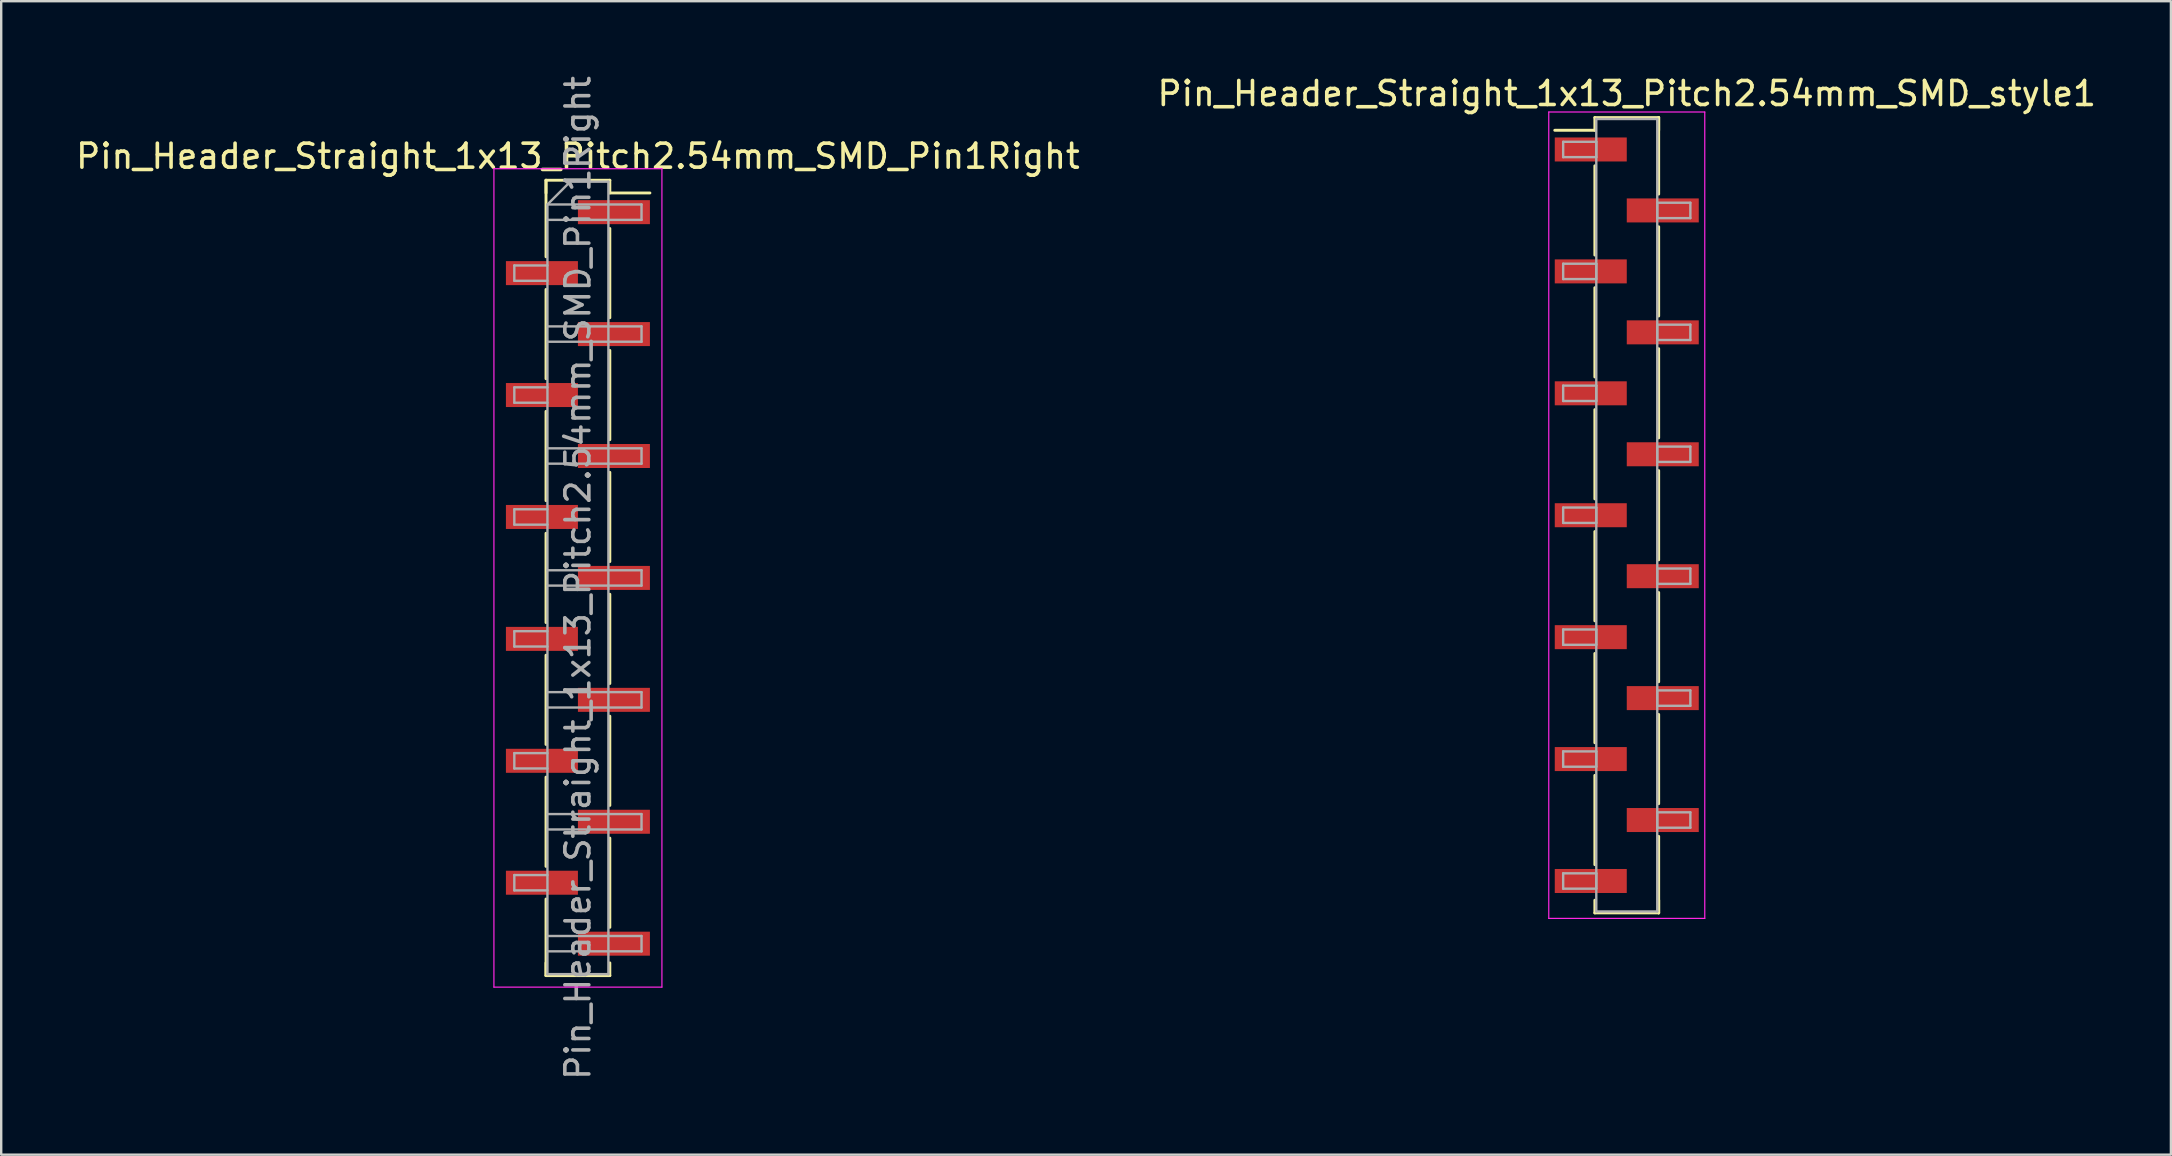
<source format=kicad_pcb>
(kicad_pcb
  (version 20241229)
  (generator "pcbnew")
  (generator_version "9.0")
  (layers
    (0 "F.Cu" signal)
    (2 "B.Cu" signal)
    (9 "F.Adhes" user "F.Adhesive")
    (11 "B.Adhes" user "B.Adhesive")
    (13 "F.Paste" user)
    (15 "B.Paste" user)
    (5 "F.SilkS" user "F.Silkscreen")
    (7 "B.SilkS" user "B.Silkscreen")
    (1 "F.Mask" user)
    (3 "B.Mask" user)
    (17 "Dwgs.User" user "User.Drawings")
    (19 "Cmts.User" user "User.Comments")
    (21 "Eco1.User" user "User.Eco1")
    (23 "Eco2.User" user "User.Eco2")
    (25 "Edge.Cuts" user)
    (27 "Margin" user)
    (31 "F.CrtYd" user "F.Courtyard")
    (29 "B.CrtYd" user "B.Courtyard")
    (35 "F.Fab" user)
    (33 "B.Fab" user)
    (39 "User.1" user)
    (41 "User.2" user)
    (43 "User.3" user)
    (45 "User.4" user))
  (footprint "Pin_Header_Straight_1x13_Pitch2.54mm_SMD_Pin1Right"
    (layer "F.Cu")
    (at 21.03 21.03)
    (property "Reference" "Pin_Header_Straight_1x13_Pitch2.54mm_SMD_Pin1Right" (at 0 -17.57 0) (layer "F.SilkS") (effects (font (size 1 1) (thickness 0.15))))
    (attr smd)
    (fp_line (start -1.33 -16.57) (end -1.33 -13.38) (stroke (width 0.12) (type solid)) (layer "F.SilkS"))
    (fp_line (start -1.33 -16.57) (end 1.33 -16.57) (stroke (width 0.12) (type solid)) (layer "F.SilkS"))
    (fp_line (start -1.33 -16.04) (end -1.33 -16.57) (stroke (width 0.12) (type solid)) (layer "F.SilkS"))
    (fp_line (start -1.33 -12.02) (end -1.33 -8.3) (stroke (width 0.12) (type solid)) (layer "F.SilkS"))
    (fp_line (start -1.33 -6.94) (end -1.33 -3.22) (stroke (width 0.12) (type solid)) (layer "F.SilkS"))
    (fp_line (start -1.33 -1.86) (end -1.33 1.86) (stroke (width 0.12) (type solid)) (layer "F.SilkS"))
    (fp_line (start -1.33 3.22) (end -1.33 6.94) (stroke (width 0.12) (type solid)) (layer "F.SilkS"))
    (fp_line (start -1.33 8.3) (end -1.33 12.02) (stroke (width 0.12) (type solid)) (layer "F.SilkS"))
    (fp_line (start -1.33 13.38) (end -1.33 16.57) (stroke (width 0.12) (type solid)) (layer "F.SilkS"))
    (fp_line (start -1.33 16.04) (end -1.33 16.57) (stroke (width 0.12) (type solid)) (layer "F.SilkS"))
    (fp_line (start -1.33 16.57) (end 1.33 16.57) (stroke (width 0.12) (type solid)) (layer "F.SilkS"))
    (fp_line (start 1.33 -16.57) (end 1.33 -16.04) (stroke (width 0.12) (type solid)) (layer "F.SilkS"))
    (fp_line (start 1.33 -16.04) (end 3 -16.04) (stroke (width 0.12) (type solid)) (layer "F.SilkS"))
    (fp_line (start 1.33 -14.56) (end 1.33 -10.84) (stroke (width 0.12) (type solid)) (layer "F.SilkS"))
    (fp_line (start 1.33 -9.48) (end 1.33 -5.76) (stroke (width 0.12) (type solid)) (layer "F.SilkS"))
    (fp_line (start 1.33 -4.4) (end 1.33 -0.68) (stroke (width 0.12) (type solid)) (layer "F.SilkS"))
    (fp_line (start 1.33 0.68) (end 1.33 4.4) (stroke (width 0.12) (type solid)) (layer "F.SilkS"))
    (fp_line (start 1.33 5.76) (end 1.33 9.48) (stroke (width 0.12) (type solid)) (layer "F.SilkS"))
    (fp_line (start 1.33 10.84) (end 1.33 14.56) (stroke (width 0.12) (type solid)) (layer "F.SilkS"))
    (fp_line (start 1.33 16.57) (end 1.33 16.04) (stroke (width 0.12) (type solid)) (layer "F.SilkS"))
    (fp_line (start -3.5 -17.05) (end -3.5 17.05) (stroke (width 0.05) (type solid)) (layer "F.CrtYd"))
    (fp_line (start -3.5 17.05) (end 3.5 17.05) (stroke (width 0.05) (type solid)) (layer "F.CrtYd"))
    (fp_line (start 3.5 -17.05) (end -3.5 -17.05) (stroke (width 0.05) (type solid)) (layer "F.CrtYd"))
    (fp_line (start 3.5 17.05) (end 3.5 -17.05) (stroke (width 0.05) (type solid)) (layer "F.CrtYd"))
    (fp_line (start -2.65 -13.02) (end -2.65 -12.38) (stroke (width 0.1) (type solid)) (layer "F.Fab"))
    (fp_line (start -2.65 -12.38) (end -1.27 -12.38) (stroke (width 0.1) (type solid)) (layer "F.Fab"))
    (fp_line (start -2.65 -7.94) (end -2.65 -7.3) (stroke (width 0.1) (type solid)) (layer "F.Fab"))
    (fp_line (start -2.65 -7.3) (end -1.27 -7.3) (stroke (width 0.1) (type solid)) (layer "F.Fab"))
    (fp_line (start -2.65 -2.86) (end -2.65 -2.22) (stroke (width 0.1) (type solid)) (layer "F.Fab"))
    (fp_line (start -2.65 -2.22) (end -1.27 -2.22) (stroke (width 0.1) (type solid)) (layer "F.Fab"))
    (fp_line (start -2.65 2.22) (end -2.65 2.86) (stroke (width 0.1) (type solid)) (layer "F.Fab"))
    (fp_line (start -2.65 2.86) (end -1.27 2.86) (stroke (width 0.1) (type solid)) (layer "F.Fab"))
    (fp_line (start -2.65 7.3) (end -2.65 7.94) (stroke (width 0.1) (type solid)) (layer "F.Fab"))
    (fp_line (start -2.65 7.94) (end -1.27 7.94) (stroke (width 0.1) (type solid)) (layer "F.Fab"))
    (fp_line (start -2.65 12.38) (end -2.65 13.02) (stroke (width 0.1) (type solid)) (layer "F.Fab"))
    (fp_line (start -2.65 13.02) (end -1.27 13.02) (stroke (width 0.1) (type solid)) (layer "F.Fab"))
    (fp_line (start -1.27 -15.56) (end -0.32 -16.51) (stroke (width 0.1) (type solid)) (layer "F.Fab"))
    (fp_line (start -1.27 -15.56) (end 2.65 -15.56) (stroke (width 0.1) (type solid)) (layer "F.Fab"))
    (fp_line (start -1.27 -13.02) (end -2.65 -13.02) (stroke (width 0.1) (type solid)) (layer "F.Fab"))
    (fp_line (start -1.27 -10.48) (end 2.65 -10.48) (stroke (width 0.1) (type solid)) (layer "F.Fab"))
    (fp_line (start -1.27 -7.94) (end -2.65 -7.94) (stroke (width 0.1) (type solid)) (layer "F.Fab"))
    (fp_line (start -1.27 -5.4) (end 2.65 -5.4) (stroke (width 0.1) (type solid)) (layer "F.Fab"))
    (fp_line (start -1.27 -2.86) (end -2.65 -2.86) (stroke (width 0.1) (type solid)) (layer "F.Fab"))
    (fp_line (start -1.27 -0.32) (end 2.65 -0.32) (stroke (width 0.1) (type solid)) (layer "F.Fab"))
    (fp_line (start -1.27 2.22) (end -2.65 2.22) (stroke (width 0.1) (type solid)) (layer "F.Fab"))
    (fp_line (start -1.27 4.76) (end 2.65 4.76) (stroke (width 0.1) (type solid)) (layer "F.Fab"))
    (fp_line (start -1.27 7.3) (end -2.65 7.3) (stroke (width 0.1) (type solid)) (layer "F.Fab"))
    (fp_line (start -1.27 9.84) (end 2.65 9.84) (stroke (width 0.1) (type solid)) (layer "F.Fab"))
    (fp_line (start -1.27 12.38) (end -2.65 12.38) (stroke (width 0.1) (type solid)) (layer "F.Fab"))
    (fp_line (start -1.27 14.92) (end 2.65 14.92) (stroke (width 0.1) (type solid)) (layer "F.Fab"))
    (fp_line (start -1.27 16.51) (end -1.27 -15.56) (stroke (width 0.1) (type solid)) (layer "F.Fab"))
    (fp_line (start -0.32 -16.51) (end 1.27 -16.51) (stroke (width 0.1) (type solid)) (layer "F.Fab"))
    (fp_line (start 1.27 -16.51) (end 1.27 16.51) (stroke (width 0.1) (type solid)) (layer "F.Fab"))
    (fp_line (start 1.27 16.51) (end -1.27 16.51) (stroke (width 0.1) (type solid)) (layer "F.Fab"))
    (fp_line (start 2.65 -15.56) (end 2.65 -14.92) (stroke (width 0.1) (type solid)) (layer "F.Fab"))
    (fp_line (start 2.65 -14.92) (end -1.27 -14.92) (stroke (width 0.1) (type solid)) (layer "F.Fab"))
    (fp_line (start 2.65 -10.48) (end 2.65 -9.84) (stroke (width 0.1) (type solid)) (layer "F.Fab"))
    (fp_line (start 2.65 -9.84) (end -1.27 -9.84) (stroke (width 0.1) (type solid)) (layer "F.Fab"))
    (fp_line (start 2.65 -5.4) (end 2.65 -4.76) (stroke (width 0.1) (type solid)) (layer "F.Fab"))
    (fp_line (start 2.65 -4.76) (end -1.27 -4.76) (stroke (width 0.1) (type solid)) (layer "F.Fab"))
    (fp_line (start 2.65 -0.32) (end 2.65 0.32) (stroke (width 0.1) (type solid)) (layer "F.Fab"))
    (fp_line (start 2.65 0.32) (end -1.27 0.32) (stroke (width 0.1) (type solid)) (layer "F.Fab"))
    (fp_line (start 2.65 4.76) (end 2.65 5.4) (stroke (width 0.1) (type solid)) (layer "F.Fab"))
    (fp_line (start 2.65 5.4) (end -1.27 5.4) (stroke (width 0.1) (type solid)) (layer "F.Fab"))
    (fp_line (start 2.65 9.84) (end 2.65 10.48) (stroke (width 0.1) (type solid)) (layer "F.Fab"))
    (fp_line (start 2.65 10.48) (end -1.27 10.48) (stroke (width 0.1) (type solid)) (layer "F.Fab"))
    (fp_line (start 2.65 14.92) (end 2.65 15.56) (stroke (width 0.1) (type solid)) (layer "F.Fab"))
    (fp_line (start 2.65 15.56) (end -1.27 15.56) (stroke (width 0.1) (type solid)) (layer "F.Fab"))
    (fp_text user "${REFERENCE}" (at 0 0 90) (layer "F.Fab") (effects (font (size 1 1) (thickness 0.15))))
    (pad "1" smd rect (at 1.5 -15.24) (size 3 1) (layers "F.Cu" "F.Mask"))
    (pad "2" smd rect (at -1.5 -12.7) (size 3 1) (layers "F.Cu" "F.Mask"))
    (pad "3" smd rect (at 1.5 -10.16) (size 3 1) (layers "F.Cu" "F.Mask"))
    (pad "4" smd rect (at -1.5 -7.62) (size 3 1) (layers "F.Cu" "F.Mask"))
    (pad "5" smd rect (at 1.5 -5.08) (size 3 1) (layers "F.Cu" "F.Mask"))
    (pad "6" smd rect (at -1.5 -2.54) (size 3 1) (layers "F.Cu" "F.Mask"))
    (pad "7" smd rect (at 1.5 0) (size 3 1) (layers "F.Cu" "F.Mask"))
    (pad "8" smd rect (at -1.5 2.54) (size 3 1) (layers "F.Cu" "F.Mask"))
    (pad "9" smd rect (at 1.5 5.08) (size 3 1) (layers "F.Cu" "F.Mask"))
    (pad "10" smd rect (at -1.5 7.62) (size 3 1) (layers "F.Cu" "F.Mask"))
    (pad "11" smd rect (at 1.5 10.16) (size 3 1) (layers "F.Cu" "F.Mask"))
    (pad "12" smd rect (at -1.5 12.7) (size 3 1) (layers "F.Cu" "F.Mask"))
    (pad "13" smd rect (at 1.5 15.24) (size 3 1) (layers "F.Cu" "F.Mask")))
  (footprint "Pin_Header_Straight_1x13_Pitch2.54mm_SMD_style1"
    (layer "F.Cu")
    (at 64.732 18.418)
    (property "Reference" "Pin_Header_Straight_1x13_Pitch2.54mm_SMD_style1" (at 0 -17.57 0) (layer "F.SilkS") (effects (font (size 1 1) (thickness 0.15))))
    (attr smd)
    (fp_line (start -1.33 -16.57) (end 1.33 -16.57) (stroke (width 0.12) (type solid)) (layer "F.SilkS"))
    (fp_line (start -1.33 -16.04) (end -3 -16.04) (stroke (width 0.12) (type solid)) (layer "F.SilkS"))
    (fp_line (start -1.33 -16.04) (end -1.33 -16.57) (stroke (width 0.12) (type solid)) (layer "F.SilkS"))
    (fp_line (start -1.33 -14.56) (end -1.33 -10.84) (stroke (width 0.12) (type solid)) (layer "F.SilkS"))
    (fp_line (start -1.33 -9.48) (end -1.33 -5.76) (stroke (width 0.12) (type solid)) (layer "F.SilkS"))
    (fp_line (start -1.33 -4.4) (end -1.33 -0.68) (stroke (width 0.12) (type solid)) (layer "F.SilkS"))
    (fp_line (start -1.33 0.68) (end -1.33 4.4) (stroke (width 0.12) (type solid)) (layer "F.SilkS"))
    (fp_line (start -1.33 5.76) (end -1.33 9.48) (stroke (width 0.12) (type solid)) (layer "F.SilkS"))
    (fp_line (start -1.33 10.84) (end -1.33 14.56) (stroke (width 0.12) (type solid)) (layer "F.SilkS"))
    (fp_line (start -1.33 16.04) (end -1.33 16.57) (stroke (width 0.12) (type solid)) (layer "F.SilkS"))
    (fp_line (start -1.33 16.57) (end 1.33 16.57) (stroke (width 0.12) (type solid)) (layer "F.SilkS"))
    (fp_line (start 1.33 -16.57) (end 1.33 -16.04) (stroke (width 0.12) (type solid)) (layer "F.SilkS"))
    (fp_line (start 1.33 -16.57) (end 1.33 -13.38) (stroke (width 0.12) (type solid)) (layer "F.SilkS"))
    (fp_line (start 1.33 -12.02) (end 1.33 -8.3) (stroke (width 0.12) (type solid)) (layer "F.SilkS"))
    (fp_line (start 1.33 -6.94) (end 1.33 -3.22) (stroke (width 0.12) (type solid)) (layer "F.SilkS"))
    (fp_line (start 1.33 -1.86) (end 1.33 1.86) (stroke (width 0.12) (type solid)) (layer "F.SilkS"))
    (fp_line (start 1.33 3.22) (end 1.33 6.94) (stroke (width 0.12) (type solid)) (layer "F.SilkS"))
    (fp_line (start 1.33 8.3) (end 1.33 12.02) (stroke (width 0.12) (type solid)) (layer "F.SilkS"))
    (fp_line (start 1.33 13.38) (end 1.33 16.57) (stroke (width 0.12) (type solid)) (layer "F.SilkS"))
    (fp_line (start 1.33 16.57) (end 1.33 16.04) (stroke (width 0.12) (type solid)) (layer "F.SilkS"))
    (fp_line (start -3.25 -16.8) (end -3.25 16.8) (stroke (width 0.05) (type solid)) (layer "F.CrtYd"))
    (fp_line (start -3.25 16.8) (end 3.25 16.8) (stroke (width 0.05) (type solid)) (layer "F.CrtYd"))
    (fp_line (start 3.25 -16.8) (end -3.25 -16.8) (stroke (width 0.05) (type solid)) (layer "F.CrtYd"))
    (fp_line (start 3.25 16.8) (end 3.25 -16.8) (stroke (width 0.05) (type solid)) (layer "F.CrtYd"))
    (fp_line (start -2.65 -15.56) (end -1.27 -15.56) (stroke (width 0.1) (type solid)) (layer "F.Fab"))
    (fp_line (start -2.65 -14.92) (end -2.65 -15.56) (stroke (width 0.1) (type solid)) (layer "F.Fab"))
    (fp_line (start -2.65 -10.48) (end -1.27 -10.48) (stroke (width 0.1) (type solid)) (layer "F.Fab"))
    (fp_line (start -2.65 -9.84) (end -2.65 -10.48) (stroke (width 0.1) (type solid)) (layer "F.Fab"))
    (fp_line (start -2.65 -5.4) (end -1.27 -5.4) (stroke (width 0.1) (type solid)) (layer "F.Fab"))
    (fp_line (start -2.65 -4.76) (end -2.65 -5.4) (stroke (width 0.1) (type solid)) (layer "F.Fab"))
    (fp_line (start -2.65 -0.32) (end -1.27 -0.32) (stroke (width 0.1) (type solid)) (layer "F.Fab"))
    (fp_line (start -2.65 0.32) (end -2.65 -0.32) (stroke (width 0.1) (type solid)) (layer "F.Fab"))
    (fp_line (start -2.65 4.76) (end -1.27 4.76) (stroke (width 0.1) (type solid)) (layer "F.Fab"))
    (fp_line (start -2.65 5.4) (end -2.65 4.76) (stroke (width 0.1) (type solid)) (layer "F.Fab"))
    (fp_line (start -2.65 9.84) (end -1.27 9.84) (stroke (width 0.1) (type solid)) (layer "F.Fab"))
    (fp_line (start -2.65 10.48) (end -2.65 9.84) (stroke (width 0.1) (type solid)) (layer "F.Fab"))
    (fp_line (start -2.65 14.92) (end -1.27 14.92) (stroke (width 0.1) (type solid)) (layer "F.Fab"))
    (fp_line (start -2.65 15.56) (end -2.65 14.92) (stroke (width 0.1) (type solid)) (layer "F.Fab"))
    (fp_line (start -1.27 -16.51) (end -1.27 16.51) (stroke (width 0.1) (type solid)) (layer "F.Fab"))
    (fp_line (start -1.27 -15.56) (end -1.27 -14.92) (stroke (width 0.1) (type solid)) (layer "F.Fab"))
    (fp_line (start -1.27 -14.92) (end -2.65 -14.92) (stroke (width 0.1) (type solid)) (layer "F.Fab"))
    (fp_line (start -1.27 -10.48) (end -1.27 -9.84) (stroke (width 0.1) (type solid)) (layer "F.Fab"))
    (fp_line (start -1.27 -9.84) (end -2.65 -9.84) (stroke (width 0.1) (type solid)) (layer "F.Fab"))
    (fp_line (start -1.27 -5.4) (end -1.27 -4.76) (stroke (width 0.1) (type solid)) (layer "F.Fab"))
    (fp_line (start -1.27 -4.76) (end -2.65 -4.76) (stroke (width 0.1) (type solid)) (layer "F.Fab"))
    (fp_line (start -1.27 -0.32) (end -1.27 0.32) (stroke (width 0.1) (type solid)) (layer "F.Fab"))
    (fp_line (start -1.27 0.32) (end -2.65 0.32) (stroke (width 0.1) (type solid)) (layer "F.Fab"))
    (fp_line (start -1.27 4.76) (end -1.27 5.4) (stroke (width 0.1) (type solid)) (layer "F.Fab"))
    (fp_line (start -1.27 5.4) (end -2.65 5.4) (stroke (width 0.1) (type solid)) (layer "F.Fab"))
    (fp_line (start -1.27 9.84) (end -1.27 10.48) (stroke (width 0.1) (type solid)) (layer "F.Fab"))
    (fp_line (start -1.27 10.48) (end -2.65 10.48) (stroke (width 0.1) (type solid)) (layer "F.Fab"))
    (fp_line (start -1.27 14.92) (end -1.27 15.56) (stroke (width 0.1) (type solid)) (layer "F.Fab"))
    (fp_line (start -1.27 15.56) (end -2.65 15.56) (stroke (width 0.1) (type solid)) (layer "F.Fab"))
    (fp_line (start -1.27 16.51) (end 1.27 16.51) (stroke (width 0.1) (type solid)) (layer "F.Fab"))
    (fp_line (start 1.27 -16.51) (end -1.27 -16.51) (stroke (width 0.1) (type solid)) (layer "F.Fab"))
    (fp_line (start 1.27 -13.02) (end 1.27 -12.38) (stroke (width 0.1) (type solid)) (layer "F.Fab"))
    (fp_line (start 1.27 -12.38) (end 2.65 -12.38) (stroke (width 0.1) (type solid)) (layer "F.Fab"))
    (fp_line (start 1.27 -7.94) (end 1.27 -7.3) (stroke (width 0.1) (type solid)) (layer "F.Fab"))
    (fp_line (start 1.27 -7.3) (end 2.65 -7.3) (stroke (width 0.1) (type solid)) (layer "F.Fab"))
    (fp_line (start 1.27 -2.86) (end 1.27 -2.22) (stroke (width 0.1) (type solid)) (layer "F.Fab"))
    (fp_line (start 1.27 -2.22) (end 2.65 -2.22) (stroke (width 0.1) (type solid)) (layer "F.Fab"))
    (fp_line (start 1.27 2.22) (end 1.27 2.86) (stroke (width 0.1) (type solid)) (layer "F.Fab"))
    (fp_line (start 1.27 2.86) (end 2.65 2.86) (stroke (width 0.1) (type solid)) (layer "F.Fab"))
    (fp_line (start 1.27 7.3) (end 1.27 7.94) (stroke (width 0.1) (type solid)) (layer "F.Fab"))
    (fp_line (start 1.27 7.94) (end 2.65 7.94) (stroke (width 0.1) (type solid)) (layer "F.Fab"))
    (fp_line (start 1.27 12.38) (end 1.27 13.02) (stroke (width 0.1) (type solid)) (layer "F.Fab"))
    (fp_line (start 1.27 13.02) (end 2.65 13.02) (stroke (width 0.1) (type solid)) (layer "F.Fab"))
    (fp_line (start 1.27 16.51) (end 1.27 -16.51) (stroke (width 0.1) (type solid)) (layer "F.Fab"))
    (fp_line (start 2.65 -13.02) (end 1.27 -13.02) (stroke (width 0.1) (type solid)) (layer "F.Fab"))
    (fp_line (start 2.65 -12.38) (end 2.65 -13.02) (stroke (width 0.1) (type solid)) (layer "F.Fab"))
    (fp_line (start 2.65 -7.94) (end 1.27 -7.94) (stroke (width 0.1) (type solid)) (layer "F.Fab"))
    (fp_line (start 2.65 -7.3) (end 2.65 -7.94) (stroke (width 0.1) (type solid)) (layer "F.Fab"))
    (fp_line (start 2.65 -2.86) (end 1.27 -2.86) (stroke (width 0.1) (type solid)) (layer "F.Fab"))
    (fp_line (start 2.65 -2.22) (end 2.65 -2.86) (stroke (width 0.1) (type solid)) (layer "F.Fab"))
    (fp_line (start 2.65 2.22) (end 1.27 2.22) (stroke (width 0.1) (type solid)) (layer "F.Fab"))
    (fp_line (start 2.65 2.86) (end 2.65 2.22) (stroke (width 0.1) (type solid)) (layer "F.Fab"))
    (fp_line (start 2.65 7.3) (end 1.27 7.3) (stroke (width 0.1) (type solid)) (layer "F.Fab"))
    (fp_line (start 2.65 7.94) (end 2.65 7.3) (stroke (width 0.1) (type solid)) (layer "F.Fab"))
    (fp_line (start 2.65 12.38) (end 1.27 12.38) (stroke (width 0.1) (type solid)) (layer "F.Fab"))
    (fp_line (start 2.65 13.02) (end 2.65 12.38) (stroke (width 0.1) (type solid)) (layer "F.Fab"))
    (pad "1" smd rect (at -1.5 -15.24) (size 3 1) (layers "F.Cu" "F.Mask"))
    (pad "2" smd rect (at 1.5 -12.7) (size 3 1) (layers "F.Cu" "F.Mask"))
    (pad "3" smd rect (at -1.5 -10.16) (size 3 1) (layers "F.Cu" "F.Mask"))
    (pad "4" smd rect (at 1.5 -7.62) (size 3 1) (layers "F.Cu" "F.Mask"))
    (pad "5" smd rect (at -1.5 -5.08) (size 3 1) (layers "F.Cu" "F.Mask"))
    (pad "6" smd rect (at 1.5 -2.54) (size 3 1) (layers "F.Cu" "F.Mask"))
    (pad "7" smd rect (at -1.5 0) (size 3 1) (layers "F.Cu" "F.Mask"))
    (pad "8" smd rect (at 1.5 2.54) (size 3 1) (layers "F.Cu" "F.Mask"))
    (pad "9" smd rect (at -1.5 5.08) (size 3 1) (layers "F.Cu" "F.Mask"))
    (pad "10" smd rect (at 1.5 7.62) (size 3 1) (layers "F.Cu" "F.Mask"))
    (pad "11" smd rect (at -1.5 10.16) (size 3 1) (layers "F.Cu" "F.Mask"))
    (pad "12" smd rect (at 1.5 12.7) (size 3 1) (layers "F.Cu" "F.Mask"))
    (pad "13" smd rect (at -1.5 15.24) (size 3 1) (layers "F.Cu" "F.Mask")))
  (gr_rect
    (start -3 -3)
    (end 87.405 45.06)
    (stroke (width 0.1) (type default))
    (fill no)
    (layer "Edge.Cuts")))
</source>
